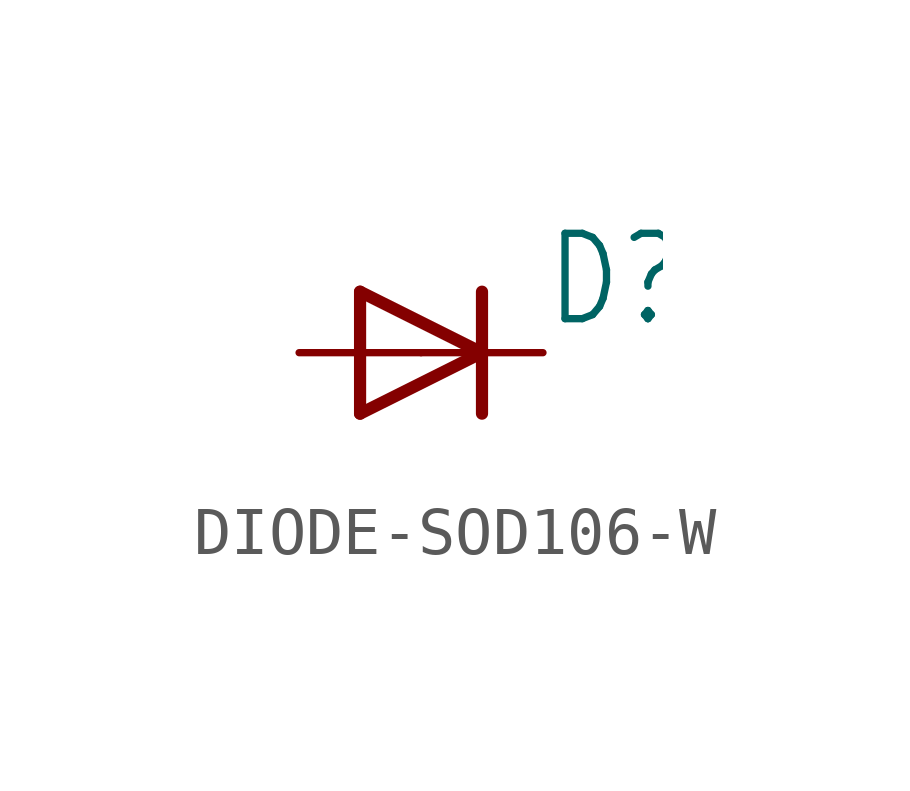
<source format=kicad_sym>
(kicad_symbol_lib
  (version 20220914)
  (generator kicad_symbol_editor)
  (symbol "DIODE-SOD106-W"
    (property "Reference" "D"
      (at 2.54 0.483 0)
      (effects (font (size 1.778 1.511)) (justify left bottom)))
    (property "Value" ""
      (at 2.54 -2.311 0)
      (effects (font (size 1.778 1.511)) (justify left bottom)))
    (property "ki_locked" ""
      (at 0 0 0)
      (effects (font (size 1.27 1.27))))
    (symbol "DIODE-SOD106-W_1_0"
      (polyline (pts (xy -1.27 -1.27) (xy 1.27 0)) (stroke (width 0.254) (type solid)) (fill (type none)))
      (polyline (pts (xy -1.27 1.27) (xy -1.27 -1.27)) (stroke (width 0.254) (type solid)) (fill (type none)))
      (polyline (pts (xy 1.27 0) (xy -1.27 1.27)) (stroke (width 0.254) (type solid)) (fill (type none)))
      (polyline (pts (xy 1.27 0) (xy 1.27 -1.27)) (stroke (width 0.254) (type solid)) (fill (type none)))
      (polyline (pts (xy 1.27 1.27) (xy 1.27 0)) (stroke (width 0.254) (type solid)) (fill (type none)))
      (pin passive line (at -2.54 0 0) (length 2.54) (name "A" (effects (font (size 0 0)))) (number "A" (effects (font (size 0 0)))))
      (pin passive line (at 2.54 0 180) (length 2.54) (name "C" (effects (font (size 0 0)))) (number "C" (effects (font (size 0 0))))))))
</source>
